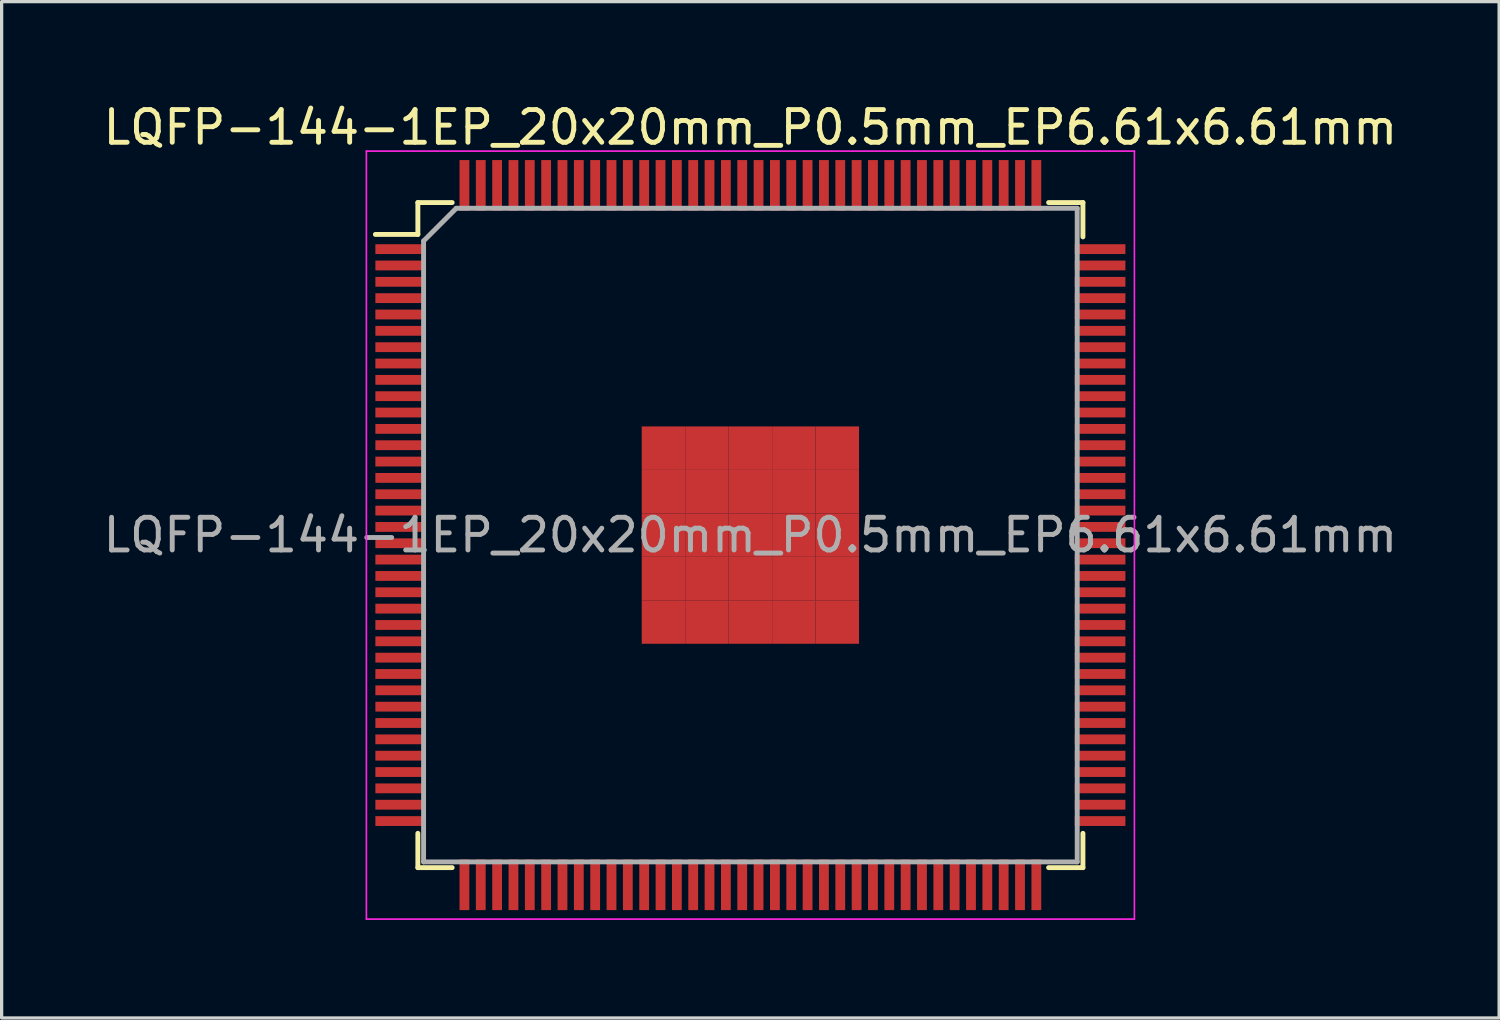
<source format=kicad_pcb>
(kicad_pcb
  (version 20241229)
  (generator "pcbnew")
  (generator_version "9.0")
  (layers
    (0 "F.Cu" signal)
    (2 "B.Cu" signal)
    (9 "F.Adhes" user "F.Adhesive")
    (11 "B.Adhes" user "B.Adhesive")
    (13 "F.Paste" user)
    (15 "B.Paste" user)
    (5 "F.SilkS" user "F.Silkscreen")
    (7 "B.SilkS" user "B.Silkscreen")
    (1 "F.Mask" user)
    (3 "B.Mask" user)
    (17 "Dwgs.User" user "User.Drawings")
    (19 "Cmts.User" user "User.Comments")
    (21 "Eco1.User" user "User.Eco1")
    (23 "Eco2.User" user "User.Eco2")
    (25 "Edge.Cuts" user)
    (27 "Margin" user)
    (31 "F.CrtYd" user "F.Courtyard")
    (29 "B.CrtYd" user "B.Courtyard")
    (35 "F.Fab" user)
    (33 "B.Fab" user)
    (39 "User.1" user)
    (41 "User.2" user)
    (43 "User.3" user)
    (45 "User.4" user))
  (footprint "LQFP-144-1EP_20x20mm_P0.5mm_EP6.61x6.61mm"
    (layer "F.Cu")
    (at 19.911 13.323)
    (property "Reference" "LQFP-144-1EP_20x20mm_P0.5mm_EP6.61x6.61mm" (at 0 -12.475 0) (layer "F.SilkS") (effects (font (size 1 1) (thickness 0.15))))
    (attr smd)
    (fp_line (start -10.175 -10.175) (end -10.175 -9.2) (stroke (width 0.15) (type solid)) (layer "F.SilkS"))
    (fp_line (start -10.175 -10.175) (end -9.125 -10.175) (stroke (width 0.15) (type solid)) (layer "F.SilkS"))
    (fp_line (start -10.175 -9.2) (end -11.475 -9.2) (stroke (width 0.15) (type solid)) (layer "F.SilkS"))
    (fp_line (start -10.175 10.175) (end -10.175 9.125) (stroke (width 0.15) (type solid)) (layer "F.SilkS"))
    (fp_line (start -10.175 10.175) (end -9.125 10.175) (stroke (width 0.15) (type solid)) (layer "F.SilkS"))
    (fp_line (start 10.175 -10.175) (end 9.125 -10.175) (stroke (width 0.15) (type solid)) (layer "F.SilkS"))
    (fp_line (start 10.175 -10.175) (end 10.175 -9.125) (stroke (width 0.15) (type solid)) (layer "F.SilkS"))
    (fp_line (start 10.175 10.175) (end 9.125 10.175) (stroke (width 0.15) (type solid)) (layer "F.SilkS"))
    (fp_line (start 10.175 10.175) (end 10.175 9.125) (stroke (width 0.15) (type solid)) (layer "F.SilkS"))
    (fp_line (start -11.75 -11.75) (end -11.75 11.75) (stroke (width 0.05) (type solid)) (layer "F.CrtYd"))
    (fp_line (start -11.75 -11.75) (end 11.75 -11.75) (stroke (width 0.05) (type solid)) (layer "F.CrtYd"))
    (fp_line (start -11.75 11.75) (end 11.75 11.75) (stroke (width 0.05) (type solid)) (layer "F.CrtYd"))
    (fp_line (start 11.75 -11.75) (end 11.75 11.75) (stroke (width 0.05) (type solid)) (layer "F.CrtYd"))
    (fp_line (start -10 -9) (end -9 -10) (stroke (width 0.15) (type solid)) (layer "F.Fab"))
    (fp_line (start -10 10) (end -10 -9) (stroke (width 0.15) (type solid)) (layer "F.Fab"))
    (fp_line (start -9 -10) (end 10 -10) (stroke (width 0.15) (type solid)) (layer "F.Fab"))
    (fp_line (start 10 -10) (end 10 10) (stroke (width 0.15) (type solid)) (layer "F.Fab"))
    (fp_line (start 10 10) (end -10 10) (stroke (width 0.15) (type solid)) (layer "F.Fab"))
    (fp_text user "${REFERENCE}" (at 0 0 0) (layer "F.Fab") (effects (font (size 1 1) (thickness 0.15))))
    (pad "1" smd rect (at -10.7 -8.75) (size 1.55 0.3) (layers "F.Cu" "F.Mask" "F.Paste"))
    (pad "2" smd rect (at -10.7 -8.25) (size 1.55 0.3) (layers "F.Cu" "F.Mask" "F.Paste"))
    (pad "3" smd rect (at -10.7 -7.75) (size 1.55 0.3) (layers "F.Cu" "F.Mask" "F.Paste"))
    (pad "4" smd rect (at -10.7 -7.25) (size 1.55 0.3) (layers "F.Cu" "F.Mask" "F.Paste"))
    (pad "5" smd rect (at -10.7 -6.75) (size 1.55 0.3) (layers "F.Cu" "F.Mask" "F.Paste"))
    (pad "6" smd rect (at -10.7 -6.25) (size 1.55 0.3) (layers "F.Cu" "F.Mask" "F.Paste"))
    (pad "7" smd rect (at -10.7 -5.75) (size 1.55 0.3) (layers "F.Cu" "F.Mask" "F.Paste"))
    (pad "8" smd rect (at -10.7 -5.25) (size 1.55 0.3) (layers "F.Cu" "F.Mask" "F.Paste"))
    (pad "9" smd rect (at -10.7 -4.75) (size 1.55 0.3) (layers "F.Cu" "F.Mask" "F.Paste"))
    (pad "10" smd rect (at -10.7 -4.25) (size 1.55 0.3) (layers "F.Cu" "F.Mask" "F.Paste"))
    (pad "11" smd rect (at -10.7 -3.75) (size 1.55 0.3) (layers "F.Cu" "F.Mask" "F.Paste"))
    (pad "12" smd rect (at -10.7 -3.25) (size 1.55 0.3) (layers "F.Cu" "F.Mask" "F.Paste"))
    (pad "13" smd rect (at -10.7 -2.75) (size 1.55 0.3) (layers "F.Cu" "F.Mask" "F.Paste"))
    (pad "14" smd rect (at -10.7 -2.25) (size 1.55 0.3) (layers "F.Cu" "F.Mask" "F.Paste"))
    (pad "15" smd rect (at -10.7 -1.75) (size 1.55 0.3) (layers "F.Cu" "F.Mask" "F.Paste"))
    (pad "16" smd rect (at -10.7 -1.25) (size 1.55 0.3) (layers "F.Cu" "F.Mask" "F.Paste"))
    (pad "17" smd rect (at -10.7 -0.75) (size 1.55 0.3) (layers "F.Cu" "F.Mask" "F.Paste"))
    (pad "18" smd rect (at -10.7 -0.25) (size 1.55 0.3) (layers "F.Cu" "F.Mask" "F.Paste"))
    (pad "19" smd rect (at -10.7 0.25) (size 1.55 0.3) (layers "F.Cu" "F.Mask" "F.Paste"))
    (pad "20" smd rect (at -10.7 0.75) (size 1.55 0.3) (layers "F.Cu" "F.Mask" "F.Paste"))
    (pad "21" smd rect (at -10.7 1.25) (size 1.55 0.3) (layers "F.Cu" "F.Mask" "F.Paste"))
    (pad "22" smd rect (at -10.7 1.75) (size 1.55 0.3) (layers "F.Cu" "F.Mask" "F.Paste"))
    (pad "23" smd rect (at -10.7 2.25) (size 1.55 0.3) (layers "F.Cu" "F.Mask" "F.Paste"))
    (pad "24" smd rect (at -10.7 2.75) (size 1.55 0.3) (layers "F.Cu" "F.Mask" "F.Paste"))
    (pad "25" smd rect (at -10.7 3.25) (size 1.55 0.3) (layers "F.Cu" "F.Mask" "F.Paste"))
    (pad "26" smd rect (at -10.7 3.75) (size 1.55 0.3) (layers "F.Cu" "F.Mask" "F.Paste"))
    (pad "27" smd rect (at -10.7 4.25) (size 1.55 0.3) (layers "F.Cu" "F.Mask" "F.Paste"))
    (pad "28" smd rect (at -10.7 4.75) (size 1.55 0.3) (layers "F.Cu" "F.Mask" "F.Paste"))
    (pad "29" smd rect (at -10.7 5.25) (size 1.55 0.3) (layers "F.Cu" "F.Mask" "F.Paste"))
    (pad "30" smd rect (at -10.7 5.75) (size 1.55 0.3) (layers "F.Cu" "F.Mask" "F.Paste"))
    (pad "31" smd rect (at -10.7 6.25) (size 1.55 0.3) (layers "F.Cu" "F.Mask" "F.Paste"))
    (pad "32" smd rect (at -10.7 6.75) (size 1.55 0.3) (layers "F.Cu" "F.Mask" "F.Paste"))
    (pad "33" smd rect (at -10.7 7.25) (size 1.55 0.3) (layers "F.Cu" "F.Mask" "F.Paste"))
    (pad "34" smd rect (at -10.7 7.75) (size 1.55 0.3) (layers "F.Cu" "F.Mask" "F.Paste"))
    (pad "35" smd rect (at -10.7 8.25) (size 1.55 0.3) (layers "F.Cu" "F.Mask" "F.Paste"))
    (pad "36" smd rect (at -10.7 8.75) (size 1.55 0.3) (layers "F.Cu" "F.Mask" "F.Paste"))
    (pad "37" smd rect (at -8.75 10.7 90) (size 1.55 0.3) (layers "F.Cu" "F.Mask" "F.Paste"))
    (pad "38" smd rect (at -8.25 10.7 90) (size 1.55 0.3) (layers "F.Cu" "F.Mask" "F.Paste"))
    (pad "39" smd rect (at -7.75 10.7 90) (size 1.55 0.3) (layers "F.Cu" "F.Mask" "F.Paste"))
    (pad "40" smd rect (at -7.25 10.7 90) (size 1.55 0.3) (layers "F.Cu" "F.Mask" "F.Paste"))
    (pad "41" smd rect (at -6.75 10.7 90) (size 1.55 0.3) (layers "F.Cu" "F.Mask" "F.Paste"))
    (pad "42" smd rect (at -6.25 10.7 90) (size 1.55 0.3) (layers "F.Cu" "F.Mask" "F.Paste"))
    (pad "43" smd rect (at -5.75 10.7 90) (size 1.55 0.3) (layers "F.Cu" "F.Mask" "F.Paste"))
    (pad "44" smd rect (at -5.25 10.7 90) (size 1.55 0.3) (layers "F.Cu" "F.Mask" "F.Paste"))
    (pad "45" smd rect (at -4.75 10.7 90) (size 1.55 0.3) (layers "F.Cu" "F.Mask" "F.Paste"))
    (pad "46" smd rect (at -4.25 10.7 90) (size 1.55 0.3) (layers "F.Cu" "F.Mask" "F.Paste"))
    (pad "47" smd rect (at -3.75 10.7 90) (size 1.55 0.3) (layers "F.Cu" "F.Mask" "F.Paste"))
    (pad "48" smd rect (at -3.25 10.7 90) (size 1.55 0.3) (layers "F.Cu" "F.Mask" "F.Paste"))
    (pad "49" smd rect (at -2.75 10.7 90) (size 1.55 0.3) (layers "F.Cu" "F.Mask" "F.Paste"))
    (pad "50" smd rect (at -2.25 10.7 90) (size 1.55 0.3) (layers "F.Cu" "F.Mask" "F.Paste"))
    (pad "51" smd rect (at -1.75 10.7 90) (size 1.55 0.3) (layers "F.Cu" "F.Mask" "F.Paste"))
    (pad "52" smd rect (at -1.25 10.7 90) (size 1.55 0.3) (layers "F.Cu" "F.Mask" "F.Paste"))
    (pad "53" smd rect (at -0.75 10.7 90) (size 1.55 0.3) (layers "F.Cu" "F.Mask" "F.Paste"))
    (pad "54" smd rect (at -0.25 10.7 90) (size 1.55 0.3) (layers "F.Cu" "F.Mask" "F.Paste"))
    (pad "55" smd rect (at 0.25 10.7 90) (size 1.55 0.3) (layers "F.Cu" "F.Mask" "F.Paste"))
    (pad "56" smd rect (at 0.75 10.7 90) (size 1.55 0.3) (layers "F.Cu" "F.Mask" "F.Paste"))
    (pad "57" smd rect (at 1.25 10.7 90) (size 1.55 0.3) (layers "F.Cu" "F.Mask" "F.Paste"))
    (pad "58" smd rect (at 1.75 10.7 90) (size 1.55 0.3) (layers "F.Cu" "F.Mask" "F.Paste"))
    (pad "59" smd rect (at 2.25 10.7 90) (size 1.55 0.3) (layers "F.Cu" "F.Mask" "F.Paste"))
    (pad "60" smd rect (at 2.75 10.7 90) (size 1.55 0.3) (layers "F.Cu" "F.Mask" "F.Paste"))
    (pad "61" smd rect (at 3.25 10.7 90) (size 1.55 0.3) (layers "F.Cu" "F.Mask" "F.Paste"))
    (pad "62" smd rect (at 3.75 10.7 90) (size 1.55 0.3) (layers "F.Cu" "F.Mask" "F.Paste"))
    (pad "63" smd rect (at 4.25 10.7 90) (size 1.55 0.3) (layers "F.Cu" "F.Mask" "F.Paste"))
    (pad "64" smd rect (at 4.75 10.7 90) (size 1.55 0.3) (layers "F.Cu" "F.Mask" "F.Paste"))
    (pad "65" smd rect (at 5.25 10.7 90) (size 1.55 0.3) (layers "F.Cu" "F.Mask" "F.Paste"))
    (pad "66" smd rect (at 5.75 10.7 90) (size 1.55 0.3) (layers "F.Cu" "F.Mask" "F.Paste"))
    (pad "67" smd rect (at 6.25 10.7 90) (size 1.55 0.3) (layers "F.Cu" "F.Mask" "F.Paste"))
    (pad "68" smd rect (at 6.75 10.7 90) (size 1.55 0.3) (layers "F.Cu" "F.Mask" "F.Paste"))
    (pad "69" smd rect (at 7.25 10.7 90) (size 1.55 0.3) (layers "F.Cu" "F.Mask" "F.Paste"))
    (pad "70" smd rect (at 7.75 10.7 90) (size 1.55 0.3) (layers "F.Cu" "F.Mask" "F.Paste"))
    (pad "71" smd rect (at 8.25 10.7 90) (size 1.55 0.3) (layers "F.Cu" "F.Mask" "F.Paste"))
    (pad "72" smd rect (at 8.75 10.7 90) (size 1.55 0.3) (layers "F.Cu" "F.Mask" "F.Paste"))
    (pad "73" smd rect (at 10.7 8.75) (size 1.55 0.3) (layers "F.Cu" "F.Mask" "F.Paste"))
    (pad "74" smd rect (at 10.7 8.25) (size 1.55 0.3) (layers "F.Cu" "F.Mask" "F.Paste"))
    (pad "75" smd rect (at 10.7 7.75) (size 1.55 0.3) (layers "F.Cu" "F.Mask" "F.Paste"))
    (pad "76" smd rect (at 10.7 7.25) (size 1.55 0.3) (layers "F.Cu" "F.Mask" "F.Paste"))
    (pad "77" smd rect (at 10.7 6.75) (size 1.55 0.3) (layers "F.Cu" "F.Mask" "F.Paste"))
    (pad "78" smd rect (at 10.7 6.25) (size 1.55 0.3) (layers "F.Cu" "F.Mask" "F.Paste"))
    (pad "79" smd rect (at 10.7 5.75) (size 1.55 0.3) (layers "F.Cu" "F.Mask" "F.Paste"))
    (pad "80" smd rect (at 10.7 5.25) (size 1.55 0.3) (layers "F.Cu" "F.Mask" "F.Paste"))
    (pad "81" smd rect (at 10.7 4.75) (size 1.55 0.3) (layers "F.Cu" "F.Mask" "F.Paste"))
    (pad "82" smd rect (at 10.7 4.25) (size 1.55 0.3) (layers "F.Cu" "F.Mask" "F.Paste"))
    (pad "83" smd rect (at 10.7 3.75) (size 1.55 0.3) (layers "F.Cu" "F.Mask" "F.Paste"))
    (pad "84" smd rect (at 10.7 3.25) (size 1.55 0.3) (layers "F.Cu" "F.Mask" "F.Paste"))
    (pad "85" smd rect (at 10.7 2.75) (size 1.55 0.3) (layers "F.Cu" "F.Mask" "F.Paste"))
    (pad "86" smd rect (at 10.7 2.25) (size 1.55 0.3) (layers "F.Cu" "F.Mask" "F.Paste"))
    (pad "87" smd rect (at 10.7 1.75) (size 1.55 0.3) (layers "F.Cu" "F.Mask" "F.Paste"))
    (pad "88" smd rect (at 10.7 1.25) (size 1.55 0.3) (layers "F.Cu" "F.Mask" "F.Paste"))
    (pad "89" smd rect (at 10.7 0.75) (size 1.55 0.3) (layers "F.Cu" "F.Mask" "F.Paste"))
    (pad "90" smd rect (at 10.7 0.25) (size 1.55 0.3) (layers "F.Cu" "F.Mask" "F.Paste"))
    (pad "91" smd rect (at 10.7 -0.25) (size 1.55 0.3) (layers "F.Cu" "F.Mask" "F.Paste"))
    (pad "92" smd rect (at 10.7 -0.75) (size 1.55 0.3) (layers "F.Cu" "F.Mask" "F.Paste"))
    (pad "93" smd rect (at 10.7 -1.25) (size 1.55 0.3) (layers "F.Cu" "F.Mask" "F.Paste"))
    (pad "94" smd rect (at 10.7 -1.75) (size 1.55 0.3) (layers "F.Cu" "F.Mask" "F.Paste"))
    (pad "95" smd rect (at 10.7 -2.25) (size 1.55 0.3) (layers "F.Cu" "F.Mask" "F.Paste"))
    (pad "96" smd rect (at 10.7 -2.75) (size 1.55 0.3) (layers "F.Cu" "F.Mask" "F.Paste"))
    (pad "97" smd rect (at 10.7 -3.25) (size 1.55 0.3) (layers "F.Cu" "F.Mask" "F.Paste"))
    (pad "98" smd rect (at 10.7 -3.75) (size 1.55 0.3) (layers "F.Cu" "F.Mask" "F.Paste"))
    (pad "99" smd rect (at 10.7 -4.25) (size 1.55 0.3) (layers "F.Cu" "F.Mask" "F.Paste"))
    (pad "100" smd rect (at 10.7 -4.75) (size 1.55 0.3) (layers "F.Cu" "F.Mask" "F.Paste"))
    (pad "101" smd rect (at 10.7 -5.25) (size 1.55 0.3) (layers "F.Cu" "F.Mask" "F.Paste"))
    (pad "102" smd rect (at 10.7 -5.75) (size 1.55 0.3) (layers "F.Cu" "F.Mask" "F.Paste"))
    (pad "103" smd rect (at 10.7 -6.25) (size 1.55 0.3) (layers "F.Cu" "F.Mask" "F.Paste"))
    (pad "104" smd rect (at 10.7 -6.75) (size 1.55 0.3) (layers "F.Cu" "F.Mask" "F.Paste"))
    (pad "105" smd rect (at 10.7 -7.25) (size 1.55 0.3) (layers "F.Cu" "F.Mask" "F.Paste"))
    (pad "106" smd rect (at 10.7 -7.75) (size 1.55 0.3) (layers "F.Cu" "F.Mask" "F.Paste"))
    (pad "107" smd rect (at 10.7 -8.25) (size 1.55 0.3) (layers "F.Cu" "F.Mask" "F.Paste"))
    (pad "108" smd rect (at 10.7 -8.75) (size 1.55 0.3) (layers "F.Cu" "F.Mask" "F.Paste"))
    (pad "109" smd rect (at 8.75 -10.7 90) (size 1.55 0.3) (layers "F.Cu" "F.Mask" "F.Paste"))
    (pad "110" smd rect (at 8.25 -10.7 90) (size 1.55 0.3) (layers "F.Cu" "F.Mask" "F.Paste"))
    (pad "111" smd rect (at 7.75 -10.7 90) (size 1.55 0.3) (layers "F.Cu" "F.Mask" "F.Paste"))
    (pad "112" smd rect (at 7.25 -10.7 90) (size 1.55 0.3) (layers "F.Cu" "F.Mask" "F.Paste"))
    (pad "113" smd rect (at 6.75 -10.7 90) (size 1.55 0.3) (layers "F.Cu" "F.Mask" "F.Paste"))
    (pad "114" smd rect (at 6.25 -10.7 90) (size 1.55 0.3) (layers "F.Cu" "F.Mask" "F.Paste"))
    (pad "115" smd rect (at 5.75 -10.7 90) (size 1.55 0.3) (layers "F.Cu" "F.Mask" "F.Paste"))
    (pad "116" smd rect (at 5.25 -10.7 90) (size 1.55 0.3) (layers "F.Cu" "F.Mask" "F.Paste"))
    (pad "117" smd rect (at 4.75 -10.7 90) (size 1.55 0.3) (layers "F.Cu" "F.Mask" "F.Paste"))
    (pad "118" smd rect (at 4.25 -10.7 90) (size 1.55 0.3) (layers "F.Cu" "F.Mask" "F.Paste"))
    (pad "119" smd rect (at 3.75 -10.7 90) (size 1.55 0.3) (layers "F.Cu" "F.Mask" "F.Paste"))
    (pad "120" smd rect (at 3.25 -10.7 90) (size 1.55 0.3) (layers "F.Cu" "F.Mask" "F.Paste"))
    (pad "121" smd rect (at 2.75 -10.7 90) (size 1.55 0.3) (layers "F.Cu" "F.Mask" "F.Paste"))
    (pad "122" smd rect (at 2.25 -10.7 90) (size 1.55 0.3) (layers "F.Cu" "F.Mask" "F.Paste"))
    (pad "123" smd rect (at 1.75 -10.7 90) (size 1.55 0.3) (layers "F.Cu" "F.Mask" "F.Paste"))
    (pad "124" smd rect (at 1.25 -10.7 90) (size 1.55 0.3) (layers "F.Cu" "F.Mask" "F.Paste"))
    (pad "125" smd rect (at 0.75 -10.7 90) (size 1.55 0.3) (layers "F.Cu" "F.Mask" "F.Paste"))
    (pad "126" smd rect (at 0.25 -10.7 90) (size 1.55 0.3) (layers "F.Cu" "F.Mask" "F.Paste"))
    (pad "127" smd rect (at -0.25 -10.7 90) (size 1.55 0.3) (layers "F.Cu" "F.Mask" "F.Paste"))
    (pad "128" smd rect (at -0.75 -10.7 90) (size 1.55 0.3) (layers "F.Cu" "F.Mask" "F.Paste"))
    (pad "129" smd rect (at -1.25 -10.7 90) (size 1.55 0.3) (layers "F.Cu" "F.Mask" "F.Paste"))
    (pad "130" smd rect (at -1.75 -10.7 90) (size 1.55 0.3) (layers "F.Cu" "F.Mask" "F.Paste"))
    (pad "131" smd rect (at -2.25 -10.7 90) (size 1.55 0.3) (layers "F.Cu" "F.Mask" "F.Paste"))
    (pad "132" smd rect (at -2.75 -10.7 90) (size 1.55 0.3) (layers "F.Cu" "F.Mask" "F.Paste"))
    (pad "133" smd rect (at -3.25 -10.7 90) (size 1.55 0.3) (layers "F.Cu" "F.Mask" "F.Paste"))
    (pad "134" smd rect (at -3.75 -10.7 90) (size 1.55 0.3) (layers "F.Cu" "F.Mask" "F.Paste"))
    (pad "135" smd rect (at -4.25 -10.7 90) (size 1.55 0.3) (layers "F.Cu" "F.Mask" "F.Paste"))
    (pad "136" smd rect (at -4.75 -10.7 90) (size 1.55 0.3) (layers "F.Cu" "F.Mask" "F.Paste"))
    (pad "137" smd rect (at -5.25 -10.7 90) (size 1.55 0.3) (layers "F.Cu" "F.Mask" "F.Paste"))
    (pad "138" smd rect (at -5.75 -10.7 90) (size 1.55 0.3) (layers "F.Cu" "F.Mask" "F.Paste"))
    (pad "139" smd rect (at -6.25 -10.7 90) (size 1.55 0.3) (layers "F.Cu" "F.Mask" "F.Paste"))
    (pad "140" smd rect (at -6.75 -10.7 90) (size 1.55 0.3) (layers "F.Cu" "F.Mask" "F.Paste"))
    (pad "141" smd rect (at -7.25 -10.7 90) (size 1.55 0.3) (layers "F.Cu" "F.Mask" "F.Paste"))
    (pad "142" smd rect (at -7.75 -10.7 90) (size 1.55 0.3) (layers "F.Cu" "F.Mask" "F.Paste"))
    (pad "143" smd rect (at -8.25 -10.7 90) (size 1.55 0.3) (layers "F.Cu" "F.Mask" "F.Paste"))
    (pad "144" smd rect (at -8.75 -10.7 90) (size 1.55 0.3) (layers "F.Cu" "F.Mask" "F.Paste"))
    (pad "145" smd rect (at -2.66 -2.66) (size 1.33 1.33) (layers "F.Cu" "F.Mask" "F.Paste"))
    (pad "145" smd rect (at -2.66 -1.33) (size 1.33 1.33) (layers "F.Cu" "F.Mask" "F.Paste"))
    (pad "145" smd rect (at -2.66 0) (size 1.33 1.33) (layers "F.Cu" "F.Mask" "F.Paste"))
    (pad "145" smd rect (at -2.66 1.33) (size 1.33 1.33) (layers "F.Cu" "F.Mask" "F.Paste"))
    (pad "145" smd rect (at -2.66 2.66) (size 1.33 1.33) (layers "F.Cu" "F.Mask" "F.Paste"))
    (pad "145" smd rect (at -1.33 -2.66) (size 1.33 1.33) (layers "F.Cu" "F.Mask" "F.Paste"))
    (pad "145" smd rect (at -1.33 -1.33) (size 1.33 1.33) (layers "F.Cu" "F.Mask" "F.Paste"))
    (pad "145" smd rect (at -1.33 0) (size 1.33 1.33) (layers "F.Cu" "F.Mask" "F.Paste"))
    (pad "145" smd rect (at -1.33 1.33) (size 1.33 1.33) (layers "F.Cu" "F.Mask" "F.Paste"))
    (pad "145" smd rect (at -1.33 2.66) (size 1.33 1.33) (layers "F.Cu" "F.Mask" "F.Paste"))
    (pad "145" smd rect (at 0 -2.66) (size 1.33 1.33) (layers "F.Cu" "F.Mask" "F.Paste"))
    (pad "145" smd rect (at 0 -1.33) (size 1.33 1.33) (layers "F.Cu" "F.Mask" "F.Paste"))
    (pad "145" smd rect (at 0 0) (size 1.33 1.33) (layers "F.Cu" "F.Mask" "F.Paste"))
    (pad "145" smd rect (at 0 1.33) (size 1.33 1.33) (layers "F.Cu" "F.Mask" "F.Paste"))
    (pad "145" smd rect (at 0 2.66) (size 1.33 1.33) (layers "F.Cu" "F.Mask" "F.Paste"))
    (pad "145" smd rect (at 1.33 -2.66) (size 1.33 1.33) (layers "F.Cu" "F.Mask" "F.Paste"))
    (pad "145" smd rect (at 1.33 -1.33) (size 1.33 1.33) (layers "F.Cu" "F.Mask" "F.Paste"))
    (pad "145" smd rect (at 1.33 0) (size 1.33 1.33) (layers "F.Cu" "F.Mask" "F.Paste"))
    (pad "145" smd rect (at 1.33 1.33) (size 1.33 1.33) (layers "F.Cu" "F.Mask" "F.Paste"))
    (pad "145" smd rect (at 1.33 2.66) (size 1.33 1.33) (layers "F.Cu" "F.Mask" "F.Paste"))
    (pad "145" smd rect (at 2.66 -2.66) (size 1.33 1.33) (layers "F.Cu" "F.Mask" "F.Paste"))
    (pad "145" smd rect (at 2.66 -1.33) (size 1.33 1.33) (layers "F.Cu" "F.Mask" "F.Paste"))
    (pad "145" smd rect (at 2.66 0) (size 1.33 1.33) (layers "F.Cu" "F.Mask" "F.Paste"))
    (pad "145" smd rect (at 2.66 1.33) (size 1.33 1.33) (layers "F.Cu" "F.Mask" "F.Paste"))
    (pad "145" smd rect (at 2.66 2.66) (size 1.33 1.33) (layers "F.Cu" "F.Mask" "F.Paste")))
  (gr_rect
    (start -3 -3)
    (end 42.821 28.098)
    (stroke (width 0.1) (type default))
    (fill no)
    (layer "Edge.Cuts")))
</source>
